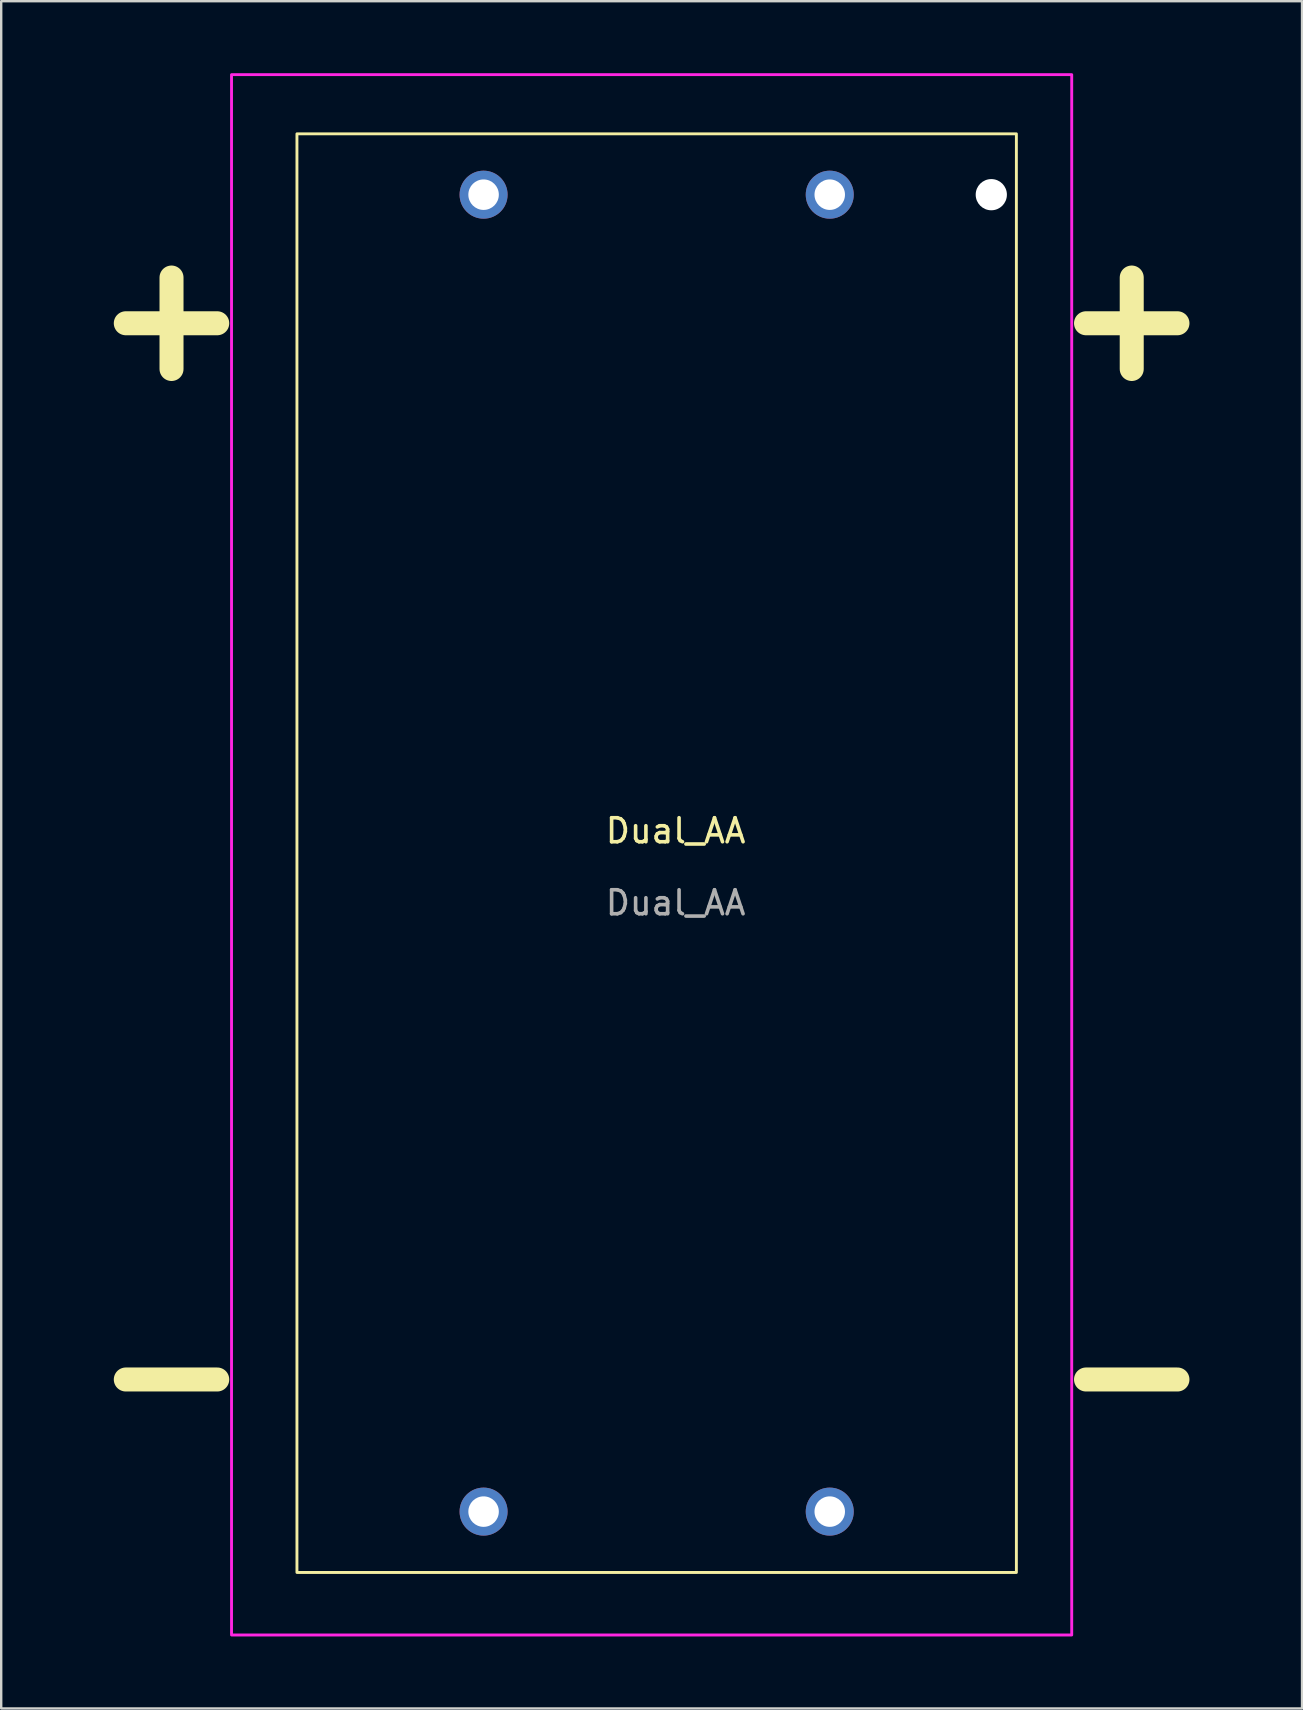
<source format=kicad_pcb>
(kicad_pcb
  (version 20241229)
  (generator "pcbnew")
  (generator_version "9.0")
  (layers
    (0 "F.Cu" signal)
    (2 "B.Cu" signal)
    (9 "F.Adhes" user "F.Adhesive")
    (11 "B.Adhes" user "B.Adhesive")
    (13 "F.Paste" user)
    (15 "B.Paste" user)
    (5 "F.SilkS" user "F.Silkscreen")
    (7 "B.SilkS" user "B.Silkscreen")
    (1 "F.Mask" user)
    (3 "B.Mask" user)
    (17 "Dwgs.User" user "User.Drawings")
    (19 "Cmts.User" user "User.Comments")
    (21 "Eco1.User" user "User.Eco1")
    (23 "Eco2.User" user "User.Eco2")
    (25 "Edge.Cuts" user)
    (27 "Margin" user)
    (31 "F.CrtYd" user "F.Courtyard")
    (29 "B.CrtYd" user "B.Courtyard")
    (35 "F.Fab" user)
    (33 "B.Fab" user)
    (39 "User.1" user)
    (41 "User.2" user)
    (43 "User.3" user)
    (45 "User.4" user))
  (footprint "Dual_AA"
    (layer "F.Cu")
    (at 17.095 5.06)
    (property "Reference" "Dual_AA" (at 8 26.5 0) (unlocked yes) (layer "F.SilkS") (effects (font (size 1 1) (thickness 0.15))))
    (attr through_hole)
    (fp_rect (start -7.775 -2.535) (end 22.195 57.395) (stroke (width 0.12) (type solid)) (fill no) (layer "F.SilkS"))
    (fp_rect (start -10.5 -5) (end 24.5 60) (stroke (width 0.12) (type solid)) (fill no) (layer "F.CrtYd"))
    (fp_text user "+" (at -13 5 0) (unlocked yes) (layer "F.SilkS") (effects (font (size 5 5) (thickness 1))))
    (fp_text user "-" (at 27 49 0) (unlocked yes) (layer "F.SilkS") (effects (font (size 5 5) (thickness 1))))
    (fp_text user "-" (at -13 49 0) (unlocked yes) (layer "F.SilkS") (effects (font (size 5 5) (thickness 1))))
    (fp_text user "+" (at 27 5 0) (unlocked yes) (layer "F.SilkS") (effects (font (size 5 5) (thickness 1))))
    (fp_text user "${REFERENCE}" (at 8 29.5 0) (unlocked yes) (layer "F.Fab") (effects (font (size 1 1) (thickness 0.15))))
    (pad "" np_thru_hole circle (at 21.15 0) (size 1.3 1.3) (drill 1.3) (layers "*.Cu" "*.Mask"))
    (pad "1" thru_hole circle (at 0 0 90) (size 2 2) (drill 1.27) (layers "*.Cu" "*.Mask"))
    (pad "2" thru_hole circle (at 14.42 0 90) (size 2 2) (drill 1.27) (layers "*.Cu" "*.Mask"))
    (pad "3" thru_hole circle (at 0 54.86 90) (size 2 2) (drill 1.27) (layers "*.Cu" "*.Mask"))
    (pad "4" thru_hole circle (at 14.42 54.86 90) (size 2 2) (drill 1.27) (layers "*.Cu" "*.Mask")))
  (gr_rect
    (start -3 -3)
    (end 51.19 68.12)
    (stroke (width 0.1) (type default))
    (fill no)
    (layer "Edge.Cuts")))
</source>
